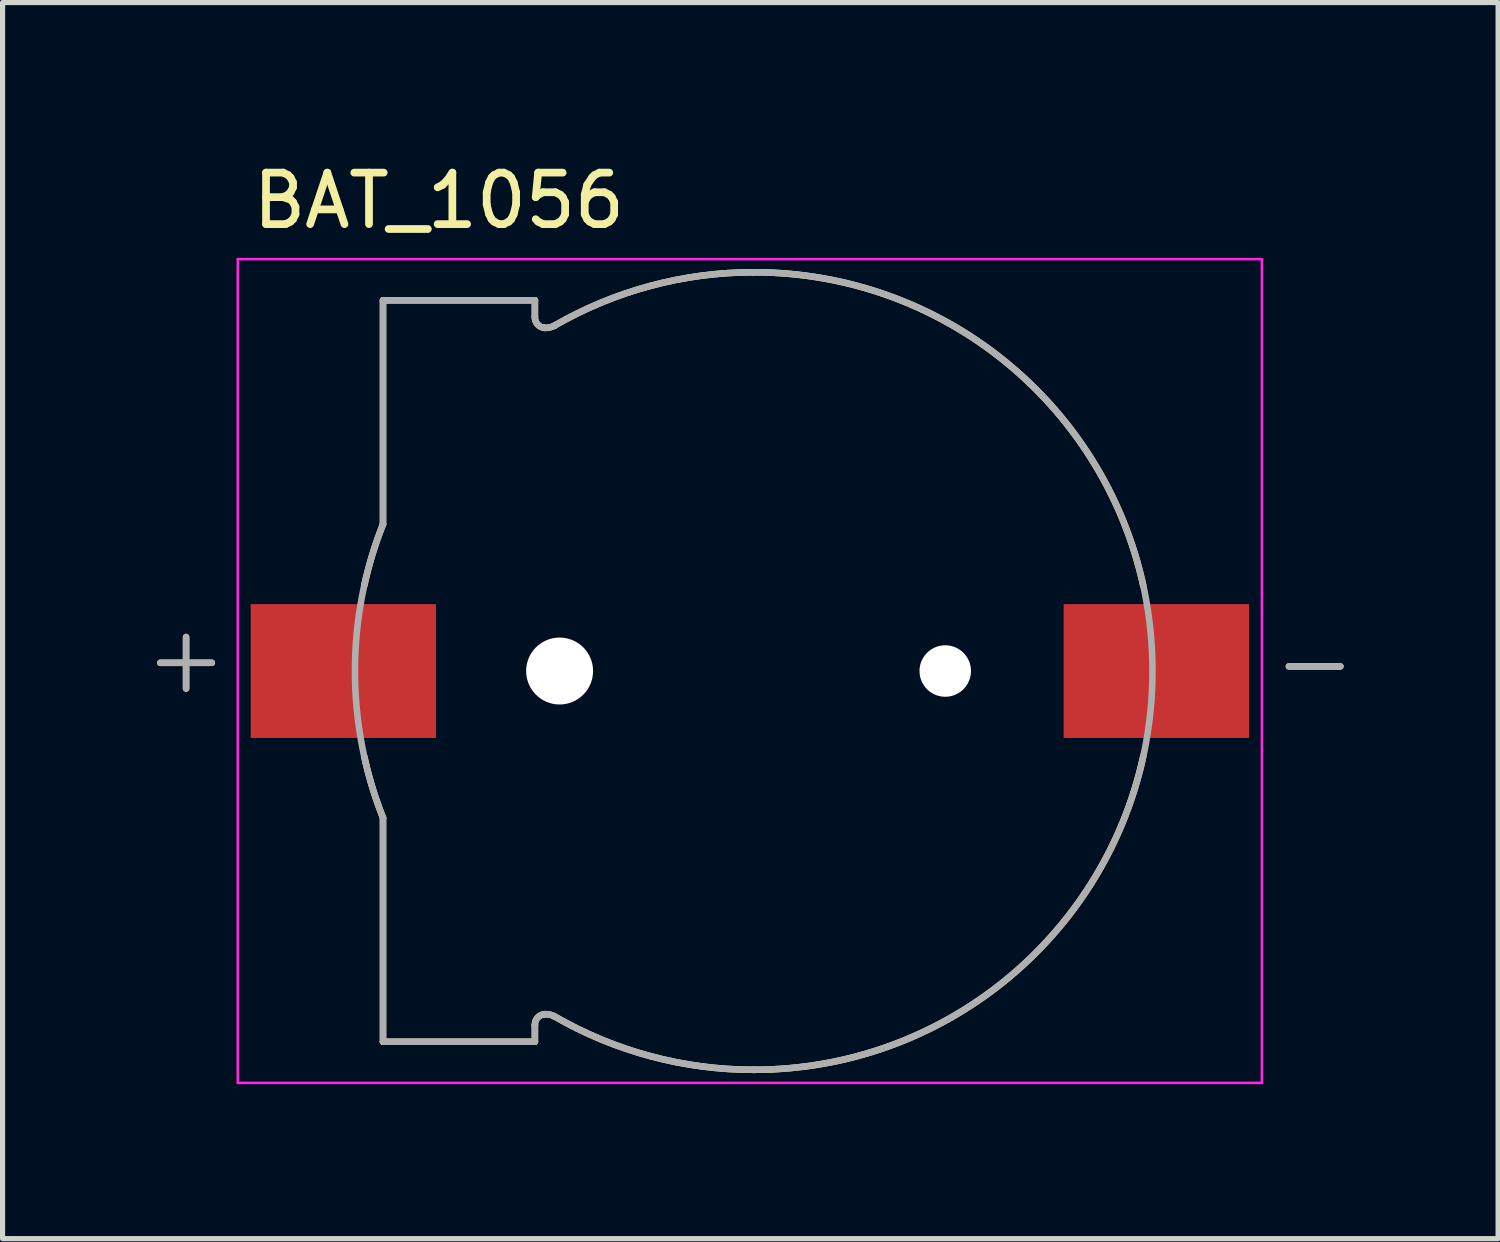
<source format=kicad_pcb>
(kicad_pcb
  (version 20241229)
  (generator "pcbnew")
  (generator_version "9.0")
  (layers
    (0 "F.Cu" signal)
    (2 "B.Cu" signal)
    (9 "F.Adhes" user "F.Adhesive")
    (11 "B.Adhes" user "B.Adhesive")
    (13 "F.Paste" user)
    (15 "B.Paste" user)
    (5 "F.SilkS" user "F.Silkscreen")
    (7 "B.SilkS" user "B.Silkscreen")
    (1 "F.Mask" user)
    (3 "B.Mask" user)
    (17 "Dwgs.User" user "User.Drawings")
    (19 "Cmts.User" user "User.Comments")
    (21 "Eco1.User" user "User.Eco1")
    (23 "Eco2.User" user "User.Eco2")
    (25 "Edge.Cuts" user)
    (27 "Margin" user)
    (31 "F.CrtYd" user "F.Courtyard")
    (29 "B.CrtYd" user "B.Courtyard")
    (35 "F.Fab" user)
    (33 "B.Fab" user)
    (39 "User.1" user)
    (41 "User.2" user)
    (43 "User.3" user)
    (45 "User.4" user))
  (footprint "BAT_1056"
    (layer "F.Cu")
    (at 11.799 9.983)
    (property "Reference" "BAT_1056" (at -6.325 -9.135 0) (layer "F.SilkS") (effects (font (size 1 1) (thickness 0.15))))
    (attr smd)
    (fp_line (start -11.735 -0.16) (end -10.735 -0.16) (stroke (width 0.127) (type solid)) (layer "F.SilkS"))
    (fp_line (start -11.235 -0.66) (end -11.235 0.34) (stroke (width 0.127) (type solid)) (layer "F.SilkS"))
    (fp_line (start -7.41 -7.2) (end -4.46 -7.2) (stroke (width 0.127) (type solid)) (layer "F.SilkS"))
    (fp_line (start -7.41 -2.85) (end -7.41 -7.2) (stroke (width 0.127) (type solid)) (layer "F.SilkS"))
    (fp_line (start -7.41 2.85) (end -7.41 7.2) (stroke (width 0.127) (type solid)) (layer "F.SilkS"))
    (fp_line (start -7.41 7.2) (end -4.46 7.2) (stroke (width 0.127) (type solid)) (layer "F.SilkS"))
    (fp_line (start -4.46 -7.2) (end -4.46 -6.88) (stroke (width 0.127) (type solid)) (layer "F.SilkS"))
    (fp_line (start -4.46 7.2) (end -4.46 6.88) (stroke (width 0.127) (type solid)) (layer "F.SilkS"))
    (fp_line (start 10.185 -0.09) (end 11.185 -0.09) (stroke (width 0.127) (type solid)) (layer "F.SilkS"))
    (fp_arc (start -7.773 -1.664) (mid -7.616196 -2.264559) (end -7.41 -2.85) (stroke (width 0.127) (type solid)) (layer "F.SilkS"))
    (fp_arc (start -7.41 2.85) (mid -7.616196 2.264559) (end -7.773 1.664) (stroke (width 0.127) (type solid)) (layer "F.SilkS"))
    (fp_arc (start -4.460001 6.88) (mid -4.40703 6.732113) (end -4.265 6.665) (stroke (width 0.127) (type solid)) (layer "F.SilkS"))
    (fp_arc (start -4.265 -6.665) (mid -4.407028 -6.732114) (end -4.46 -6.88) (stroke (width 0.127) (type solid)) (layer "F.SilkS"))
    (fp_arc (start -4.265 6.665) (mid -4.17231 6.672896) (end -4.085 6.705) (stroke (width 0.127) (type solid)) (layer "F.SilkS"))
    (fp_arc (start -4.085 -6.705) (mid -4.17231 -6.672896) (end -4.265 -6.665) (stroke (width 0.127) (type solid)) (layer "F.SilkS"))
    (fp_arc (start -4.085 -6.705) (mid -2.216137 -7.480737) (end -0.21 -7.745) (stroke (width 0.127) (type solid)) (layer "F.SilkS"))
    (fp_arc (start -0.21 -7.745) (mid 4.642358 -6.036609) (end 7.354 -1.664999) (stroke (width 0.127) (type solid)) (layer "F.SilkS"))
    (fp_arc (start -0.21 7.745) (mid -2.216137 7.480737) (end -4.085 6.705) (stroke (width 0.127) (type solid)) (layer "F.SilkS"))
    (fp_arc (start 7.354 1.664999) (mid 4.642358 6.036609) (end -0.21 7.745) (stroke (width 0.127) (type solid)) (layer "F.SilkS"))
    (fp_line (start -10.23 -8) (end 9.66 -8) (stroke (width 0.05) (type solid)) (layer "F.CrtYd"))
    (fp_line (start -10.23 8) (end -10.23 -8) (stroke (width 0.05) (type solid)) (layer "F.CrtYd"))
    (fp_line (start 9.66 -8) (end 9.66 8) (stroke (width 0.05) (type solid)) (layer "F.CrtYd"))
    (fp_line (start 9.66 8) (end -10.23 8) (stroke (width 0.05) (type solid)) (layer "F.CrtYd"))
    (fp_line (start -11.735 -0.16) (end -10.735 -0.16) (stroke (width 0.127) (type solid)) (layer "F.Fab"))
    (fp_line (start -11.235 -0.66) (end -11.235 0.34) (stroke (width 0.127) (type solid)) (layer "F.Fab"))
    (fp_line (start -7.41 -7.2) (end -7.41 -2.85) (stroke (width 0.127) (type solid)) (layer "F.Fab"))
    (fp_line (start -7.41 -7.2) (end -4.46 -7.2) (stroke (width 0.127) (type solid)) (layer "F.Fab"))
    (fp_line (start -7.41 2.85) (end -7.41 7.2) (stroke (width 0.127) (type solid)) (layer "F.Fab"))
    (fp_line (start -7.41 7.2) (end -4.46 7.2) (stroke (width 0.127) (type solid)) (layer "F.Fab"))
    (fp_line (start -4.46 -7.2) (end -4.46 -6.88) (stroke (width 0.127) (type solid)) (layer "F.Fab"))
    (fp_line (start -4.46 7.2) (end -4.46 6.88) (stroke (width 0.127) (type solid)) (layer "F.Fab"))
    (fp_line (start 10.185 -0.09) (end 11.185 -0.09) (stroke (width 0.127) (type solid)) (layer "F.Fab"))
    (fp_arc (start -7.41 2.85) (mid -7.955059 0) (end -7.41 -2.85) (stroke (width 0.127) (type solid)) (layer "F.Fab"))
    (fp_arc (start -4.460001 6.88) (mid -4.40703 6.732113) (end -4.265 6.665) (stroke (width 0.127) (type solid)) (layer "F.Fab"))
    (fp_arc (start -4.265 -6.665) (mid -4.407028 -6.732114) (end -4.46 -6.88) (stroke (width 0.127) (type solid)) (layer "F.Fab"))
    (fp_arc (start -4.265 6.665) (mid -4.17231 6.672896) (end -4.085 6.705) (stroke (width 0.127) (type solid)) (layer "F.Fab"))
    (fp_arc (start -4.085 -6.705) (mid -4.17231 -6.672896) (end -4.265 -6.665) (stroke (width 0.127) (type solid)) (layer "F.Fab"))
    (fp_arc (start -4.085 -6.705) (mid -2.216137 -7.480737) (end -0.21 -7.745) (stroke (width 0.127) (type solid)) (layer "F.Fab"))
    (fp_arc (start -0.21 -7.745) (mid 7.535 0) (end -0.21 7.745) (stroke (width 0.127) (type solid)) (layer "F.Fab"))
    (fp_arc (start -0.21 7.745) (mid -2.216137 7.480737) (end -4.085 6.705) (stroke (width 0.127) (type solid)) (layer "F.Fab"))
    (pad "" np_thru_hole circle (at -3.98 0) (size 1.3 1.3) (drill 1.3) (layers "*.Cu" "*.Mask"))
    (pad "" np_thru_hole circle (at 3.51 0) (size 1 1) (drill 1) (layers "*.Cu" "*.Mask"))
    (pad "N" smd rect (at 7.61 0) (size 3.6 2.6) (layers "F.Cu" "F.Mask" "F.Paste"))
    (pad "P" smd rect (at -8.18 0) (size 3.6 2.6) (layers "F.Cu" "F.Mask" "F.Paste")))
  (gr_rect
    (start -3 -3)
    (end 26.047 21.008)
    (stroke (width 0.1) (type default))
    (fill no)
    (layer "Edge.Cuts")))
</source>
